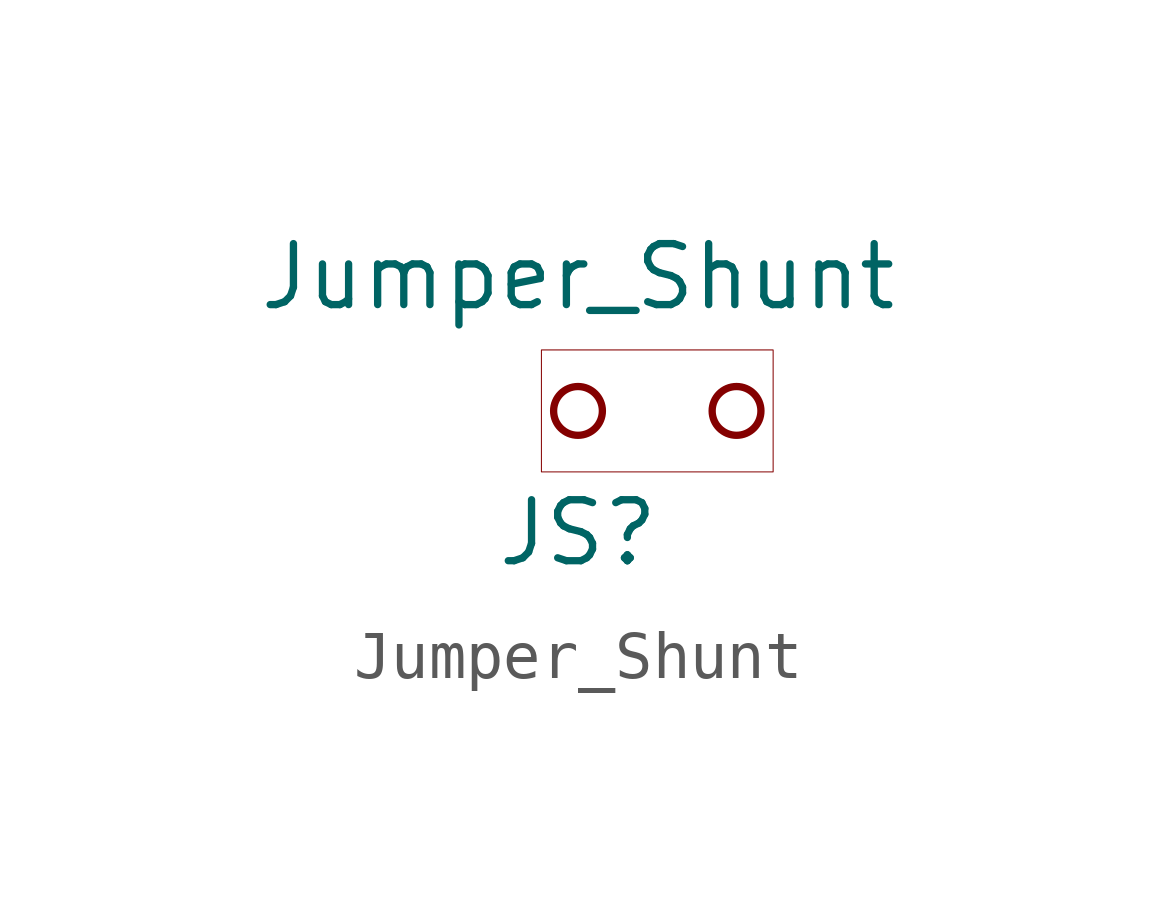
<source format=kicad_sym>
(kicad_symbol_lib
  (version 20201005)
  (generator kicad_symbol_editor)
  (symbol "Jumper_Shunt:Jumper_Shunt"
    (pin_names
      (offset 0) hide)
    (property "Reference" "JS"
      (at 0 -2.54 0)
      (effects (font (size 1.27 1.27))))
    (property "Value" "Jumper_Shunt"
      (at 0 2.794 0)
      (effects (font (size 1.27 1.27))))
    (symbol "Jumper_Shunt_0_0"
      (circle (center 0 0) (radius 0.508) (stroke (width 0)) (fill (type none)))
      (circle (center 3.302 0) (radius 0.508) (stroke (width 0)) (fill (type none))))
    (symbol "Jumper_Shunt_0_1"
      (rectangle (start -0.762 1.27) (end 4.064 -1.27) (stroke (width 0.001)) (fill (type none))))))
</source>
